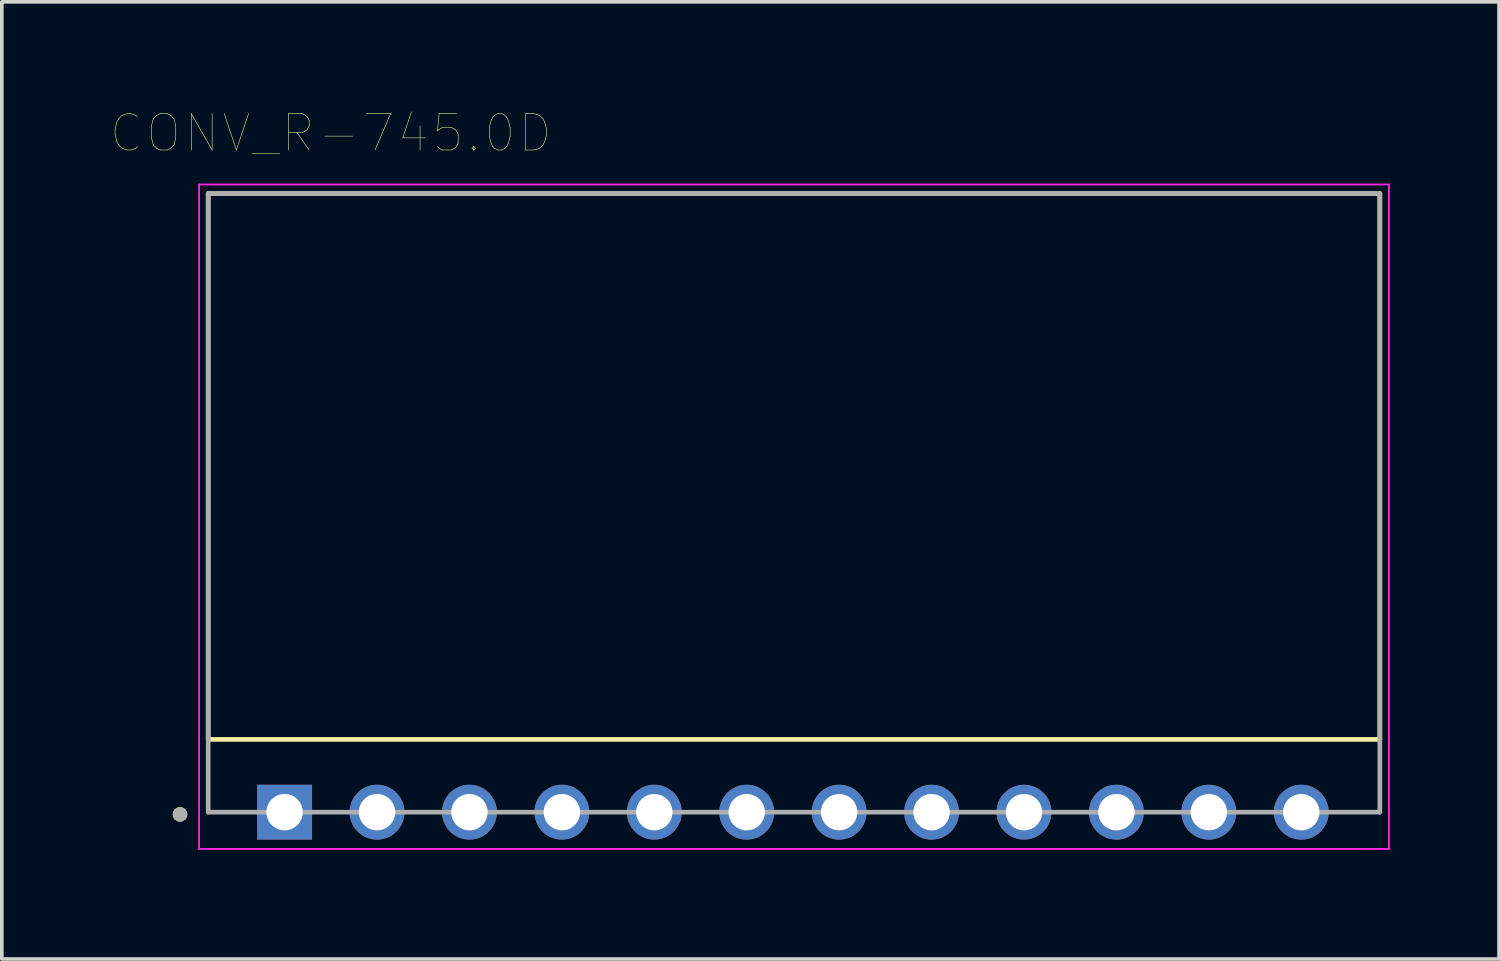
<source format=kicad_pcb>
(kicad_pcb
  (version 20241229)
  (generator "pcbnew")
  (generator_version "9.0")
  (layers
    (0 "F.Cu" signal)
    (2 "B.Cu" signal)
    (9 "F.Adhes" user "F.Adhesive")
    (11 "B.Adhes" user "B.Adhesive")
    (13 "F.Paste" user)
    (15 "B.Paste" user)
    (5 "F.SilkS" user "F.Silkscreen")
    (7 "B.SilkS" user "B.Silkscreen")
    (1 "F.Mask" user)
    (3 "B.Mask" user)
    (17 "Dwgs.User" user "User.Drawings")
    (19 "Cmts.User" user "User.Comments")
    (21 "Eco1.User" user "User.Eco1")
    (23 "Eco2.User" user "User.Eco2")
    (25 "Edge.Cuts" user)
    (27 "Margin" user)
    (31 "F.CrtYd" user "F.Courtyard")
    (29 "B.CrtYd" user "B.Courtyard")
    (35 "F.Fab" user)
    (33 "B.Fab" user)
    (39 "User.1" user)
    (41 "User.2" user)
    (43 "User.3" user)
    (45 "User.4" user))
  (footprint "CONV_R-745.0D"
    (layer "F.Cu")
    (at 18.742 10.771)
    (property "Reference" "CONV_R-745.0D" (at -12.7 -10.16 0) (layer "F.SilkS") (effects (font (size 1 1) (thickness 0.015))))
    (attr through_hole)
    (fp_line (start -16.07 -8.5) (end -16.07 6.5) (stroke (width 0.127) (type solid)) (layer "F.SilkS"))
    (fp_line (start 16.13 -8.5) (end -16.07 -8.5) (stroke (width 0.127) (type solid)) (layer "F.SilkS"))
    (fp_line (start 16.13 6.5) (end -16.07 6.5) (stroke (width 0.127) (type solid)) (layer "F.SilkS"))
    (fp_line (start 16.13 6.5) (end 16.13 -8.5) (stroke (width 0.127) (type solid)) (layer "F.SilkS"))
    (fp_circle (center -16.845 8.56) (end -16.745 8.56) (stroke (width 0.2) (type solid)) (fill no) (layer "F.SilkS"))
    (fp_line (start -16.32 -8.75) (end -16.32 9.51) (stroke (width 0.05) (type solid)) (layer "F.CrtYd"))
    (fp_line (start -16.32 9.51) (end 16.38 9.51) (stroke (width 0.05) (type solid)) (layer "F.CrtYd"))
    (fp_line (start 16.38 -8.75) (end -16.32 -8.75) (stroke (width 0.05) (type solid)) (layer "F.CrtYd"))
    (fp_line (start 16.38 9.51) (end 16.38 -8.75) (stroke (width 0.05) (type solid)) (layer "F.CrtYd"))
    (fp_line (start -16.07 -8.5) (end -16.07 8.5) (stroke (width 0.127) (type solid)) (layer "F.Fab"))
    (fp_line (start -16.07 8.5) (end 16.13 8.5) (stroke (width 0.127) (type solid)) (layer "F.Fab"))
    (fp_line (start 16.13 -8.5) (end -16.07 -8.5) (stroke (width 0.127) (type solid)) (layer "F.Fab"))
    (fp_line (start 16.13 8.5) (end 16.13 -8.5) (stroke (width 0.127) (type solid)) (layer "F.Fab"))
    (fp_circle (center -16.845 8.56) (end -16.745 8.56) (stroke (width 0.2) (type solid)) (fill no) (layer "F.Fab"))
    (pad "1" thru_hole rect (at -13.97 8.5) (size 1.508 1.508) (drill 1) (layers "*.Cu" "*.Mask"))
    (pad "2" thru_hole circle (at -11.43 8.5) (size 1.508 1.508) (drill 1) (layers "*.Cu" "*.Mask"))
    (pad "3" thru_hole circle (at -8.89 8.5) (size 1.508 1.508) (drill 1) (layers "*.Cu" "*.Mask"))
    (pad "4" thru_hole circle (at -6.35 8.5) (size 1.508 1.508) (drill 1) (layers "*.Cu" "*.Mask"))
    (pad "5" thru_hole circle (at -3.81 8.5) (size 1.508 1.508) (drill 1) (layers "*.Cu" "*.Mask"))
    (pad "6" thru_hole circle (at -1.27 8.5) (size 1.508 1.508) (drill 1) (layers "*.Cu" "*.Mask"))
    (pad "7" thru_hole circle (at 1.27 8.5) (size 1.508 1.508) (drill 1) (layers "*.Cu" "*.Mask"))
    (pad "8" thru_hole circle (at 3.81 8.5) (size 1.508 1.508) (drill 1) (layers "*.Cu" "*.Mask"))
    (pad "9" thru_hole circle (at 6.35 8.5) (size 1.508 1.508) (drill 1) (layers "*.Cu" "*.Mask"))
    (pad "10" thru_hole circle (at 8.89 8.5) (size 1.508 1.508) (drill 1) (layers "*.Cu" "*.Mask"))
    (pad "11" thru_hole circle (at 11.43 8.5) (size 1.508 1.508) (drill 1) (layers "*.Cu" "*.Mask"))
    (pad "12" thru_hole circle (at 13.97 8.5) (size 1.508 1.508) (drill 1) (layers "*.Cu" "*.Mask")))
  (gr_rect
    (start -3 -3)
    (end 38.147 23.306)
    (stroke (width 0.1) (type default))
    (fill no)
    (layer "Edge.Cuts")))
</source>
